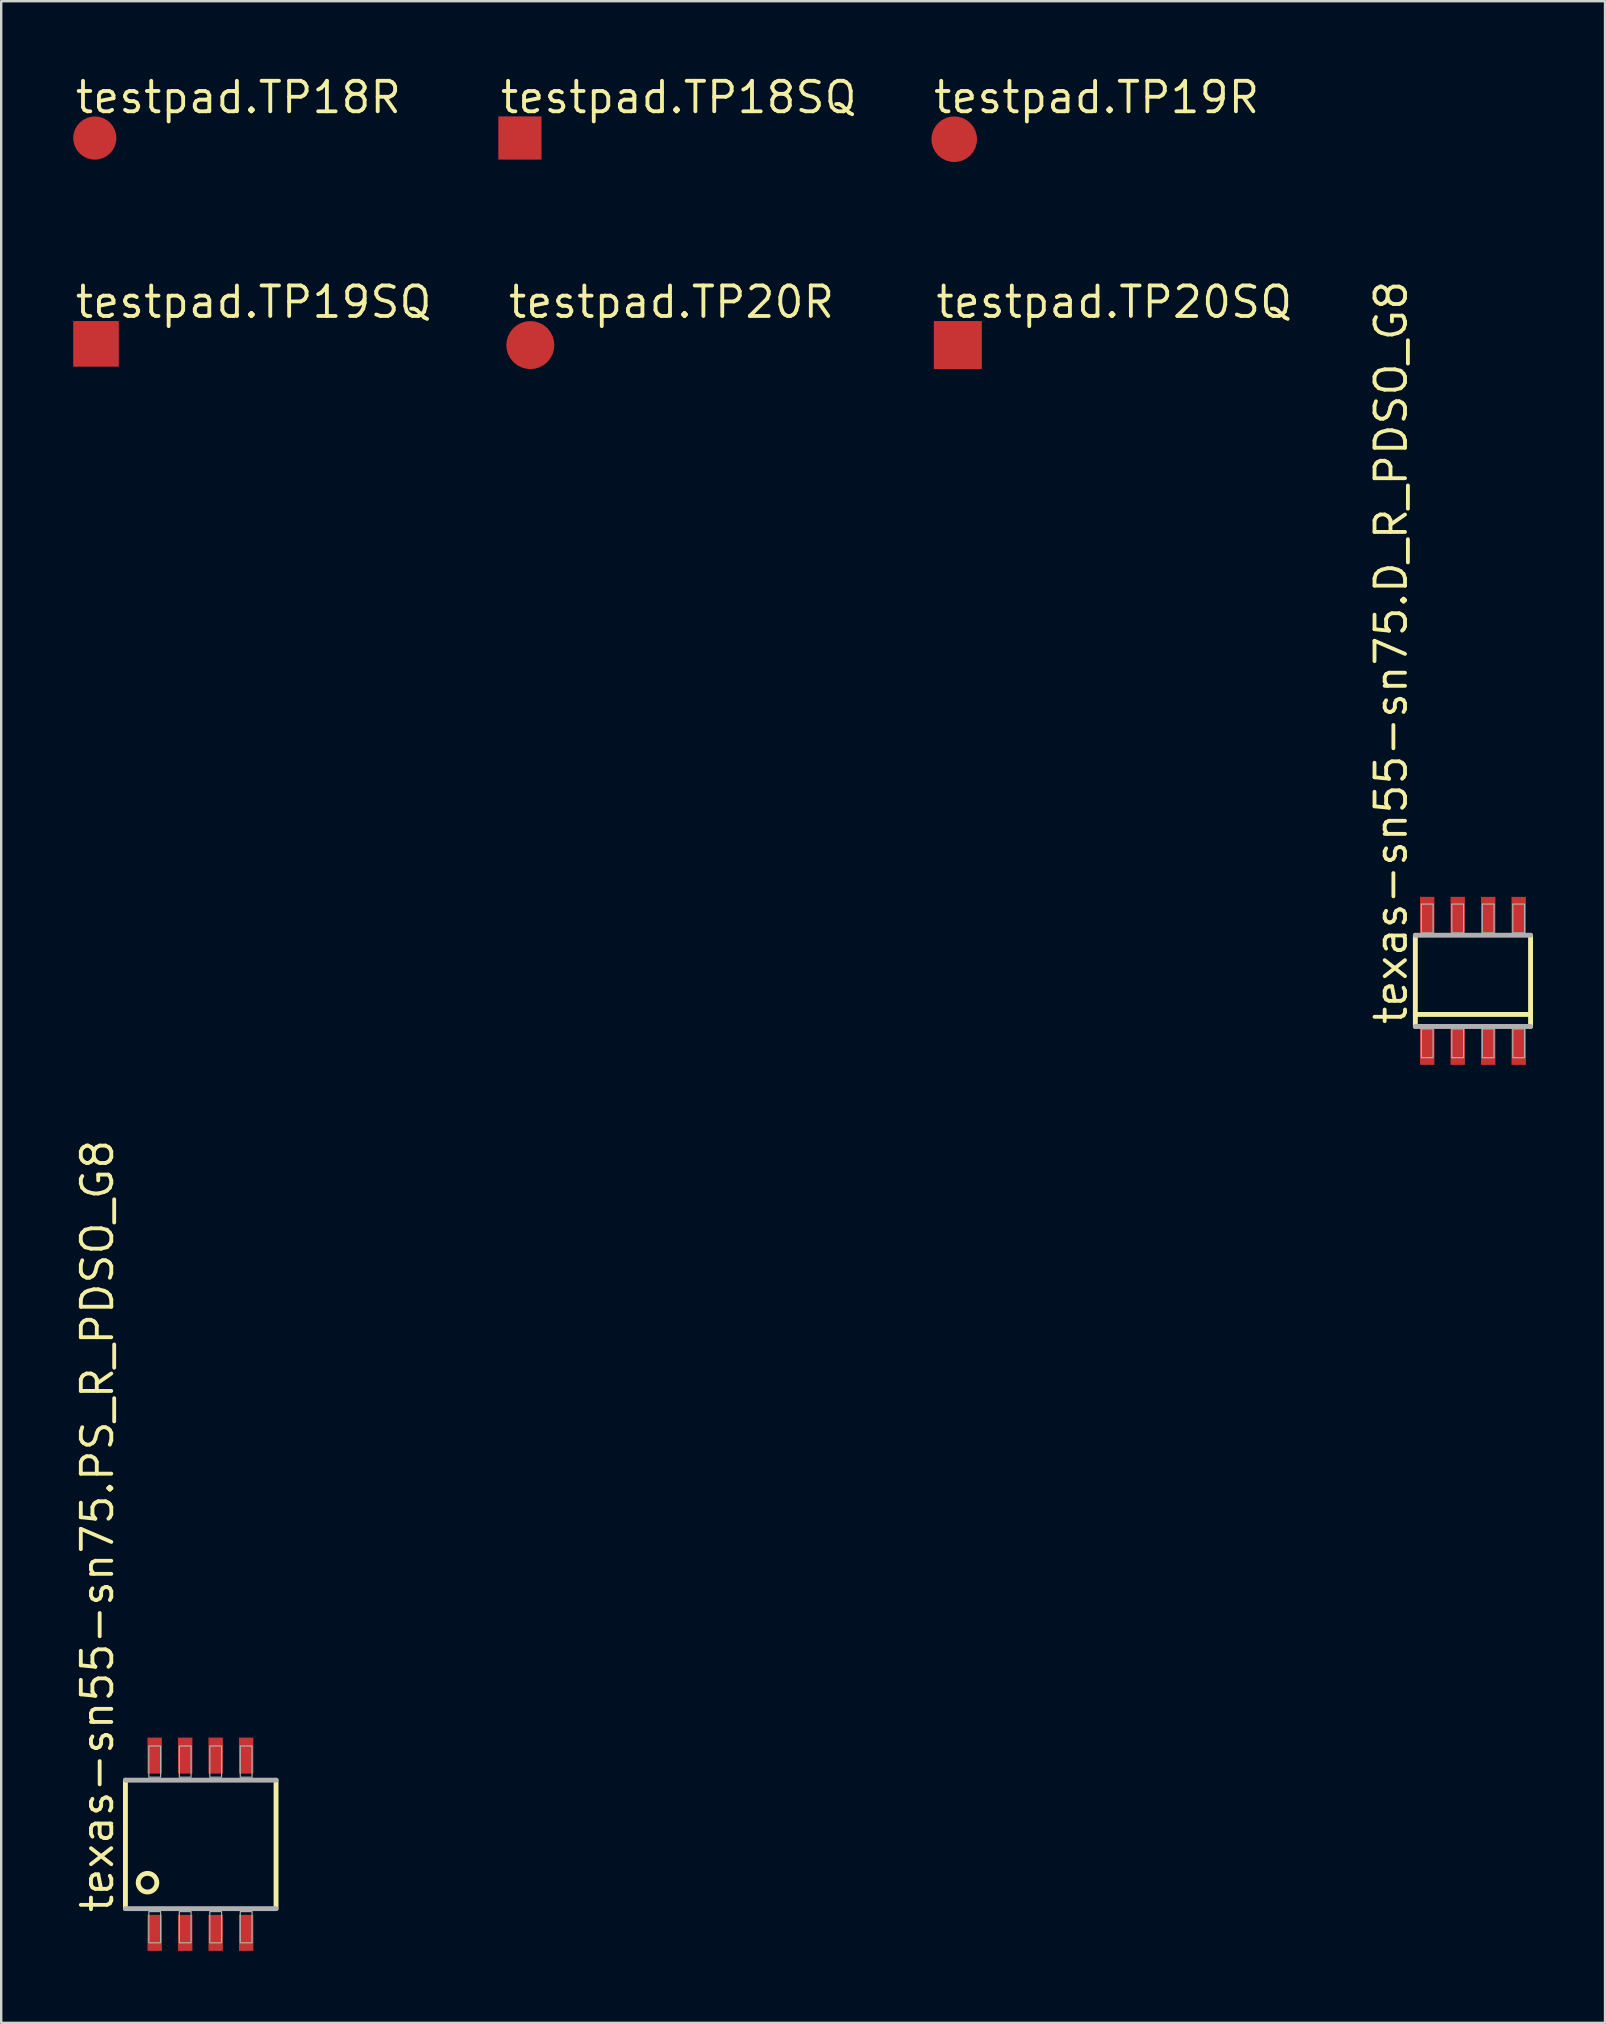
<source format=kicad_pcb>
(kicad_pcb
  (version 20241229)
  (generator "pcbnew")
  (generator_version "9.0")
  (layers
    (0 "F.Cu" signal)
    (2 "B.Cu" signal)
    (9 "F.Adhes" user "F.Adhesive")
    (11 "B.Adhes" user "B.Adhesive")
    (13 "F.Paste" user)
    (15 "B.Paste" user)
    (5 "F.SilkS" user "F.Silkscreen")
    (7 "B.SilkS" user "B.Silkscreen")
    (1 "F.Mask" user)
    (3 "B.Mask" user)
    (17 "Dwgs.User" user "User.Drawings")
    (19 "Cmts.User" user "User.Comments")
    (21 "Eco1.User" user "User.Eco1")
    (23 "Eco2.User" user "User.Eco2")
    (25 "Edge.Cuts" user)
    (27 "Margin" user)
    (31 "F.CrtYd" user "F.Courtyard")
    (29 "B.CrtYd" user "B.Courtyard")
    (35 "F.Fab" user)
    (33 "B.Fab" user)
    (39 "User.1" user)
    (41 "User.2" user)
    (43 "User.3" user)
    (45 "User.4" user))
  (footprint "testpad.TP20R"
    (layer "F.Cu")
    (at 19.043 11.326)
    (property "Reference" "testpad.TP20R" (at -1 -1.05 0) (layer "F.SilkS") (effects (font (size 1.27 1.27) (thickness 0.16)) (justify left bottom)))
    (attr smd)
    (fp_text user ">TP_SIGNAL_NAME" (at 0 2.54 0) (layer "Eco1.User") (effects (font (size 1 1) (thickness 0.13)) (justify left bottom)))
    (pad "TP" smd roundrect (at 0 0) (size 2 2) (layers "F.Cu" "F.Mask" "F.Paste") (roundrect_rratio 0.5)))
  (footprint "texas-sn55-sn75.D_R_PDSO_G8"
    (layer "F.Cu")
    (at 58.311 37.811)
    (property "Reference" "texas-sn55-sn75.D_R_PDSO_G8" (at -2.667 1.905 90) (layer "F.SilkS") (effects (font (size 1.27 1.27) (thickness 0.16)) (justify left bottom)))
    (attr smd)
    (fp_line (start -2.4 1.4) (end -2.4 -1.9) (stroke (width 0.203) (type default)) (layer "F.SilkS"))
    (fp_line (start -2.4 1.9) (end -2.4 1.4) (stroke (width 0.203) (type default)) (layer "F.SilkS"))
    (fp_line (start 2.4 -1.9) (end 2.4 1.4) (stroke (width 0.203) (type default)) (layer "F.SilkS"))
    (fp_line (start 2.4 1.4) (end -2.4 1.4) (stroke (width 0.203) (type default)) (layer "F.SilkS"))
    (fp_line (start 2.4 1.4) (end 2.4 1.9) (stroke (width 0.203) (type default)) (layer "F.SilkS"))
    (fp_line (start -2.4 -1.9) (end 2.4 -1.9) (stroke (width 0.203) (type default)) (layer "F.Fab"))
    (fp_line (start 2.4 1.9) (end -2.4 1.9) (stroke (width 0.203) (type default)) (layer "F.Fab"))
    (fp_rect (start -2.15 -2) (end -1.66 -3.2) (stroke (width 0.05) (type default)) (fill no) (layer "F.Fab"))
    (fp_rect (start -2.15 3.2) (end -1.66 2) (stroke (width 0.05) (type default)) (fill no) (layer "F.Fab"))
    (fp_rect (start -0.88 -2) (end -0.39 -3.2) (stroke (width 0.05) (type default)) (fill no) (layer "F.Fab"))
    (fp_rect (start -0.88 3.2) (end -0.39 2) (stroke (width 0.05) (type default)) (fill no) (layer "F.Fab"))
    (fp_rect (start 0.39 -2) (end 0.88 -3.2) (stroke (width 0.05) (type default)) (fill no) (layer "F.Fab"))
    (fp_rect (start 0.39 3.2) (end 0.88 2) (stroke (width 0.05) (type default)) (fill no) (layer "F.Fab"))
    (fp_rect (start 1.66 -2) (end 2.15 -3.2) (stroke (width 0.05) (type default)) (fill no) (layer "F.Fab"))
    (fp_rect (start 1.66 3.2) (end 2.15 2) (stroke (width 0.05) (type default)) (fill no) (layer "F.Fab"))
    (pad "1" smd roundrect (at -1.905 2.75) (size 0.6 1.5) (layers "F.Cu" "F.Mask" "F.Paste") (roundrect_rratio 0.01))
    (pad "2" smd roundrect (at -0.635 2.75) (size 0.6 1.5) (layers "F.Cu" "F.Mask" "F.Paste") (roundrect_rratio 0.01))
    (pad "3" smd roundrect (at 0.635 2.75) (size 0.6 1.5) (layers "F.Cu" "F.Mask" "F.Paste") (roundrect_rratio 0.01))
    (pad "4" smd roundrect (at 1.905 2.75) (size 0.6 1.5) (layers "F.Cu" "F.Mask" "F.Paste") (roundrect_rratio 0.01))
    (pad "5" smd roundrect (at 1.905 -2.75) (size 0.6 1.5) (layers "F.Cu" "F.Mask" "F.Paste") (roundrect_rratio 0.01))
    (pad "6" smd roundrect (at 0.635 -2.75) (size 0.6 1.5) (layers "F.Cu" "F.Mask" "F.Paste") (roundrect_rratio 0.01))
    (pad "7" smd roundrect (at -0.635 -2.75) (size 0.6 1.5) (layers "F.Cu" "F.Mask" "F.Paste") (roundrect_rratio 0.01))
    (pad "8" smd roundrect (at -1.905 -2.75) (size 0.6 1.5) (layers "F.Cu" "F.Mask" "F.Paste") (roundrect_rratio 0.01)))
  (footprint "testpad.TP19R"
    (layer "F.Cu")
    (at 36.702 2.75)
    (property "Reference" "testpad.TP19R" (at -0.95 -1 0) (layer "F.SilkS") (effects (font (size 1.27 1.27) (thickness 0.16)) (justify left bottom)))
    (attr smd)
    (fp_text user ">TP_SIGNAL_NAME" (at 0 2.54 0) (layer "Eco1.User") (effects (font (size 1 1) (thickness 0.13)) (justify left bottom)))
    (pad "TP" smd roundrect (at 0 0) (size 1.9 1.9) (layers "F.Cu" "F.Mask" "F.Paste") (roundrect_rratio 0.5)))
  (footprint "texas-sn55-sn75.PS_R_PDSO_G8"
    (layer "F.Cu")
    (at 5.3 73.785)
    (property "Reference" "texas-sn55-sn75.PS_R_PDSO_G8" (at -3.55 2.925 90) (layer "F.SilkS") (effects (font (size 1.27 1.27) (thickness 0.16)) (justify left bottom)))
    (attr smd)
    (fp_line (start -3.125 2.675) (end -3.125 -2.675) (stroke (width 0.203) (type default)) (layer "F.SilkS"))
    (fp_line (start 3.15 -2.675) (end 3.15 2.675) (stroke (width 0.203) (type default)) (layer "F.SilkS"))
    (fp_circle (center -2.205 1.595) (end -1.816 1.595) (stroke (width 0.203) (type default)) (fill no) (layer "F.SilkS"))
    (fp_line (start -3.125 -2.675) (end 3.15 -2.675) (stroke (width 0.203) (type default)) (layer "F.Fab"))
    (fp_line (start 3.15 2.675) (end -3.125 2.675) (stroke (width 0.203) (type default)) (layer "F.Fab"))
    (fp_rect (start -2.15 -2.8) (end -1.66 -4.1) (stroke (width 0.05) (type default)) (fill no) (layer "F.Fab"))
    (fp_rect (start -2.15 4.1) (end -1.66 2.8) (stroke (width 0.05) (type default)) (fill no) (layer "F.Fab"))
    (fp_rect (start -0.88 -2.8) (end -0.39 -4.1) (stroke (width 0.05) (type default)) (fill no) (layer "F.Fab"))
    (fp_rect (start -0.88 4.1) (end -0.39 2.8) (stroke (width 0.05) (type default)) (fill no) (layer "F.Fab"))
    (fp_rect (start 0.39 -2.8) (end 0.88 -4.1) (stroke (width 0.05) (type default)) (fill no) (layer "F.Fab"))
    (fp_rect (start 0.39 4.1) (end 0.88 2.8) (stroke (width 0.05) (type default)) (fill no) (layer "F.Fab"))
    (fp_rect (start 1.66 -2.8) (end 2.15 -4.1) (stroke (width 0.05) (type default)) (fill no) (layer "F.Fab"))
    (fp_rect (start 1.66 4.1) (end 2.15 2.8) (stroke (width 0.05) (type default)) (fill no) (layer "F.Fab"))
    (pad "1" smd roundrect (at -1.905 3.685) (size 0.6 1.5) (layers "F.Cu" "F.Mask" "F.Paste") (roundrect_rratio 0.01))
    (pad "2" smd roundrect (at -0.635 3.685) (size 0.6 1.5) (layers "F.Cu" "F.Mask" "F.Paste") (roundrect_rratio 0.01))
    (pad "3" smd roundrect (at 0.635 3.685) (size 0.6 1.5) (layers "F.Cu" "F.Mask" "F.Paste") (roundrect_rratio 0.01))
    (pad "4" smd roundrect (at 1.905 3.685) (size 0.6 1.5) (layers "F.Cu" "F.Mask" "F.Paste") (roundrect_rratio 0.01))
    (pad "5" smd roundrect (at 1.905 -3.7) (size 0.6 1.5) (layers "F.Cu" "F.Mask" "F.Paste") (roundrect_rratio 0.01))
    (pad "6" smd roundrect (at 0.635 -3.7) (size 0.6 1.5) (layers "F.Cu" "F.Mask" "F.Paste") (roundrect_rratio 0.01))
    (pad "7" smd roundrect (at -0.635 -3.7) (size 0.6 1.5) (layers "F.Cu" "F.Mask" "F.Paste") (roundrect_rratio 0.01))
    (pad "8" smd roundrect (at -1.905 -3.7) (size 0.6 1.5) (layers "F.Cu" "F.Mask" "F.Paste") (roundrect_rratio 0.01)))
  (footprint "testpad.TP18R"
    (layer "F.Cu")
    (at 0.9 2.7)
    (property "Reference" "testpad.TP18R" (at -0.9 -0.95 0) (layer "F.SilkS") (effects (font (size 1.27 1.27) (thickness 0.16)) (justify left bottom)))
    (attr smd)
    (fp_text user ">TP_SIGNAL_NAME" (at 0 2.54 0) (layer "Eco1.User") (effects (font (size 1 1) (thickness 0.13)) (justify left bottom)))
    (pad "TP" smd roundrect (at 0 0) (size 1.8 1.8) (layers "F.Cu" "F.Mask" "F.Paste") (roundrect_rratio 0.5)))
  (footprint "testpad.TP20SQ"
    (layer "F.Cu")
    (at 36.852 11.326)
    (property "Reference" "testpad.TP20SQ" (at -1 -1.05 0) (layer "F.SilkS") (effects (font (size 1.27 1.27) (thickness 0.16)) (justify left bottom)))
    (attr smd)
    (fp_text user ">TP_SIGNAL_NAME" (at 0 2.54 0) (layer "Eco1.User") (effects (font (size 1 1) (thickness 0.13)) (justify left bottom)))
    (pad "TP" smd roundrect (at 0 0) (size 2 2) (layers "F.Cu" "F.Mask" "F.Paste") (roundrect_rratio 0.01)))
  (footprint "testpad.TP19SQ"
    (layer "F.Cu")
    (at 0.95 11.276)
    (property "Reference" "testpad.TP19SQ" (at -0.95 -1 0) (layer "F.SilkS") (effects (font (size 1.27 1.27) (thickness 0.16)) (justify left bottom)))
    (attr smd)
    (fp_text user ">TP_SIGNAL_NAME" (at 0 2.54 0) (layer "Eco1.User") (effects (font (size 1 1) (thickness 0.13)) (justify left bottom)))
    (pad "TP" smd roundrect (at 0 0) (size 1.9 1.9) (layers "F.Cu" "F.Mask" "F.Paste") (roundrect_rratio 0.01)))
  (footprint "testpad.TP18SQ"
    (layer "F.Cu")
    (at 18.609 2.7)
    (property "Reference" "testpad.TP18SQ" (at -0.9 -0.95 0) (layer "F.SilkS") (effects (font (size 1.27 1.27) (thickness 0.16)) (justify left bottom)))
    (attr smd)
    (fp_text user ">TP_SIGNAL_NAME" (at 0 2.54 0) (layer "Eco1.User") (effects (font (size 1 1) (thickness 0.13)) (justify left bottom)))
    (pad "TP" smd roundrect (at 0 0) (size 1.8 1.8) (layers "F.Cu" "F.Mask" "F.Paste") (roundrect_rratio 0.01)))
  (gr_rect
    (start -3 -3)
    (end 63.813 81.22)
    (stroke (width 0.1) (type default))
    (fill no)
    (layer "Edge.Cuts")))
</source>
